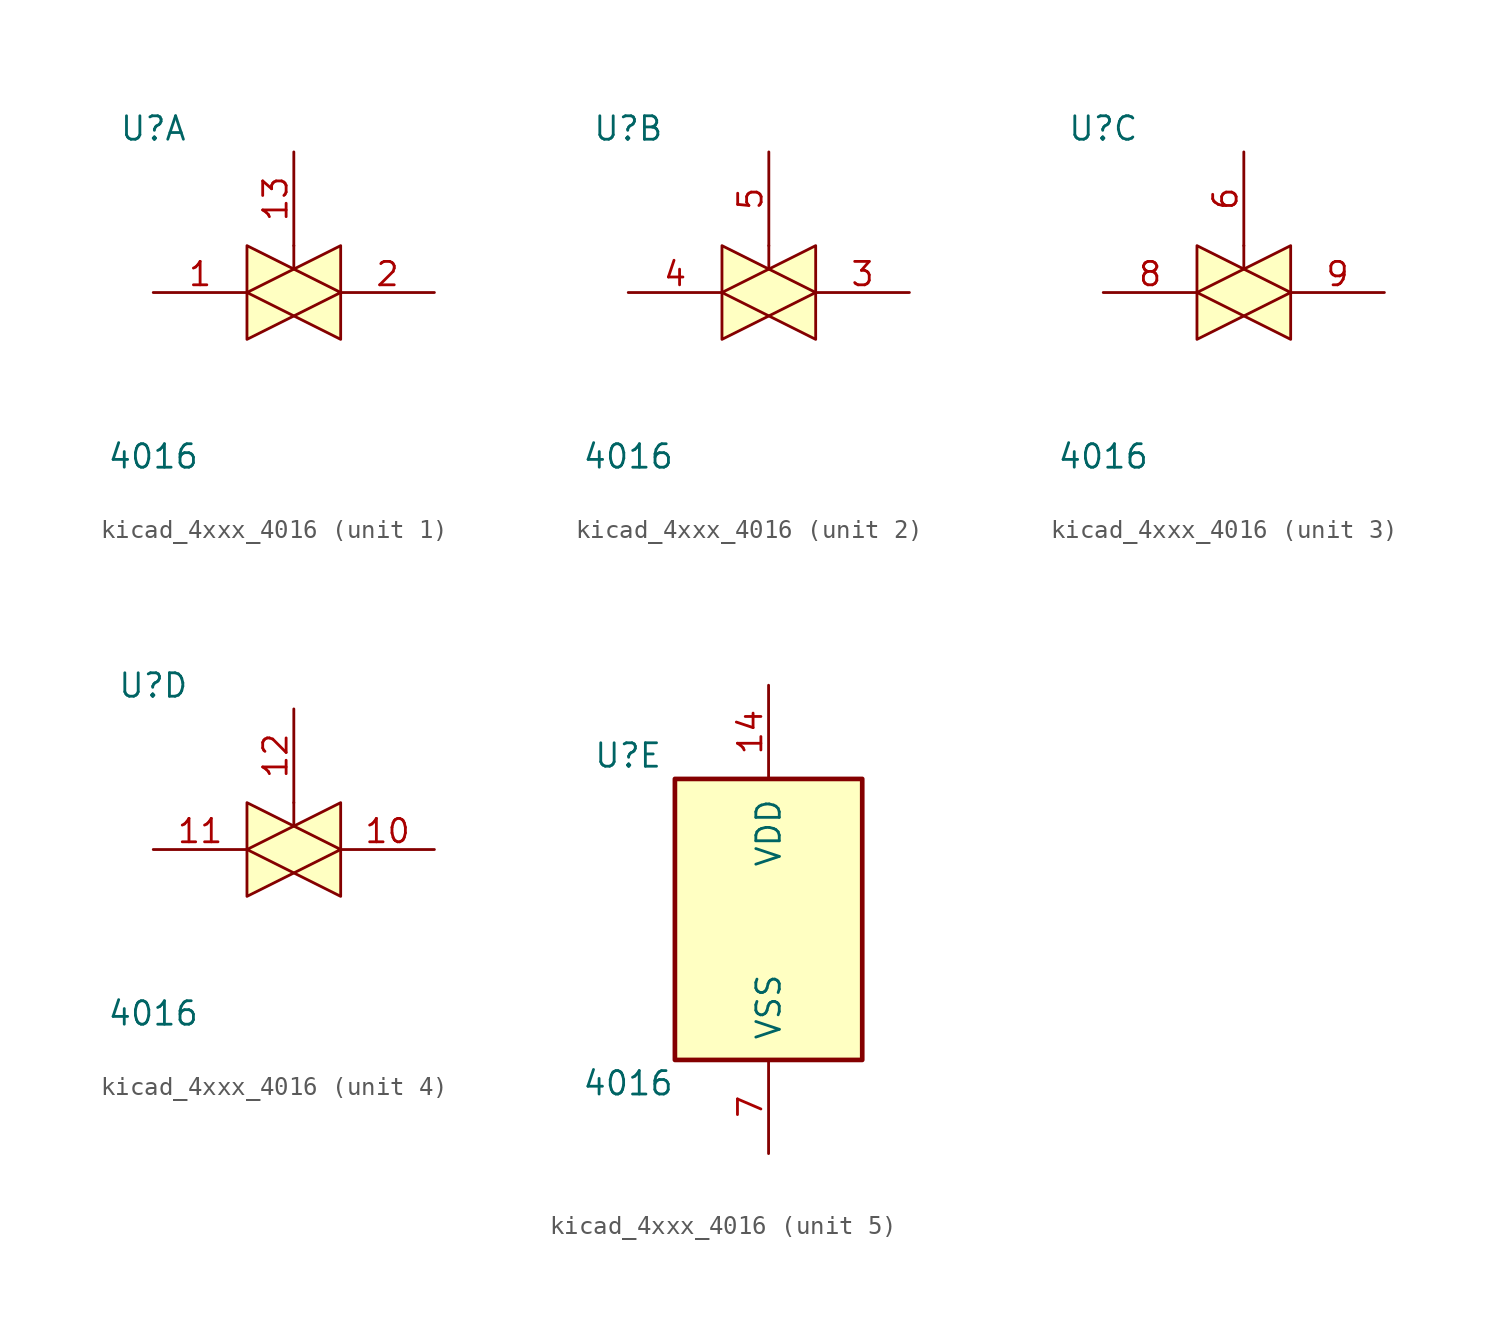
<source format=kicad_sym>
(kicad_symbol_lib
  (version 20220914)
  (generator kicad_symbol_editor)
  (symbol "kicad_4xxx_4016"
    (pin_names
      (offset 1.016))
    (property "Reference" "U"
      (at -7.62 8.89 0)
      (effects (font (size 1.27 1.27))))
    (property "Value" "4016"
      (at -7.62 -8.89 0)
      (effects (font (size 1.27 1.27))))
    (property "ki_locked" ""
      (at 0 0 0)
      (effects (font (size 1.27 1.27))))
    (symbol "kicad_4xxx_4016_1_0"
      (polyline (pts (xy 0 1.27) (xy 0 2.54)) (stroke (width 0.152) (type default)) (fill (type none)))
      (polyline (pts (xy -2.54 0) (xy 2.54 2.54) (xy 2.54 -2.54) (xy -2.54 0)) (stroke (width 0) (type default)) (fill (type background)))
      (polyline (pts (xy -2.54 2.54) (xy 2.54 0) (xy -2.54 -2.54) (xy -2.54 2.54)) (stroke (width 0) (type default)) (fill (type background)))
      (pin passive line (at -7.62 0 0) (length 5.08) (name "~" (effects (font (size 1.27 1.27)))) (number "1" (effects (font (size 1.27 1.27)))))
      (pin input line (at 0 7.62 270) (length 5.08) (name "~" (effects (font (size 1.27 1.27)))) (number "13" (effects (font (size 1.27 1.27)))))
      (pin passive line (at 7.62 0 180) (length 5.08) (name "~" (effects (font (size 1.27 1.27)))) (number "2" (effects (font (size 1.27 1.27))))))
    (symbol "kicad_4xxx_4016_2_0"
      (polyline (pts (xy 0 1.27) (xy 0 2.54)) (stroke (width 0.152) (type default)) (fill (type none)))
      (polyline (pts (xy -2.54 0) (xy 2.54 2.54) (xy 2.54 -2.54) (xy -2.54 0)) (stroke (width 0) (type default)) (fill (type background)))
      (polyline (pts (xy -2.54 2.54) (xy 2.54 0) (xy -2.54 -2.54) (xy -2.54 2.54)) (stroke (width 0) (type default)) (fill (type background)))
      (pin passive line (at 7.62 0 180) (length 5.08) (name "~" (effects (font (size 1.27 1.27)))) (number "3" (effects (font (size 1.27 1.27)))))
      (pin passive line (at -7.62 0 0) (length 5.08) (name "~" (effects (font (size 1.27 1.27)))) (number "4" (effects (font (size 1.27 1.27)))))
      (pin input line (at 0 7.62 270) (length 5.08) (name "~" (effects (font (size 1.27 1.27)))) (number "5" (effects (font (size 1.27 1.27))))))
    (symbol "kicad_4xxx_4016_3_0"
      (polyline (pts (xy 0 1.27) (xy 0 2.54)) (stroke (width 0.152) (type default)) (fill (type none)))
      (polyline (pts (xy -2.54 0) (xy 2.54 2.54) (xy 2.54 -2.54) (xy -2.54 0)) (stroke (width 0) (type default)) (fill (type background)))
      (polyline (pts (xy -2.54 2.54) (xy 2.54 0) (xy -2.54 -2.54) (xy -2.54 2.54)) (stroke (width 0) (type default)) (fill (type background)))
      (pin input line (at 0 7.62 270) (length 5.08) (name "~" (effects (font (size 1.27 1.27)))) (number "6" (effects (font (size 1.27 1.27)))))
      (pin passive line (at -7.62 0 0) (length 5.08) (name "~" (effects (font (size 1.27 1.27)))) (number "8" (effects (font (size 1.27 1.27)))))
      (pin passive line (at 7.62 0 180) (length 5.08) (name "~" (effects (font (size 1.27 1.27)))) (number "9" (effects (font (size 1.27 1.27))))))
    (symbol "kicad_4xxx_4016_4_0"
      (polyline (pts (xy 0 1.27) (xy 0 2.54)) (stroke (width 0.152) (type default)) (fill (type none)))
      (polyline (pts (xy -2.54 0) (xy 2.54 2.54) (xy 2.54 -2.54) (xy -2.54 0)) (stroke (width 0) (type default)) (fill (type background)))
      (polyline (pts (xy -2.54 2.54) (xy 2.54 0) (xy -2.54 -2.54) (xy -2.54 2.54)) (stroke (width 0) (type default)) (fill (type background)))
      (pin passive line (at 7.62 0 180) (length 5.08) (name "~" (effects (font (size 1.27 1.27)))) (number "10" (effects (font (size 1.27 1.27)))))
      (pin passive line (at -7.62 0 0) (length 5.08) (name "~" (effects (font (size 1.27 1.27)))) (number "11" (effects (font (size 1.27 1.27)))))
      (pin input line (at 0 7.62 270) (length 5.08) (name "~" (effects (font (size 1.27 1.27)))) (number "12" (effects (font (size 1.27 1.27))))))
    (symbol "kicad_4xxx_4016_5_0"
      (pin power_in line (at 0 12.7 270) (length 5.08) (name "VDD" (effects (font (size 1.27 1.27)))) (number "14" (effects (font (size 1.27 1.27)))))
      (pin power_in line (at 0 -12.7 90) (length 5.08) (name "VSS" (effects (font (size 1.27 1.27)))) (number "7" (effects (font (size 1.27 1.27))))))
    (symbol "kicad_4xxx_4016_5_1"
      (rectangle (start -5.08 7.62) (end 5.08 -7.62) (stroke (width 0.254) (type default)) (fill (type background))))))
</source>
